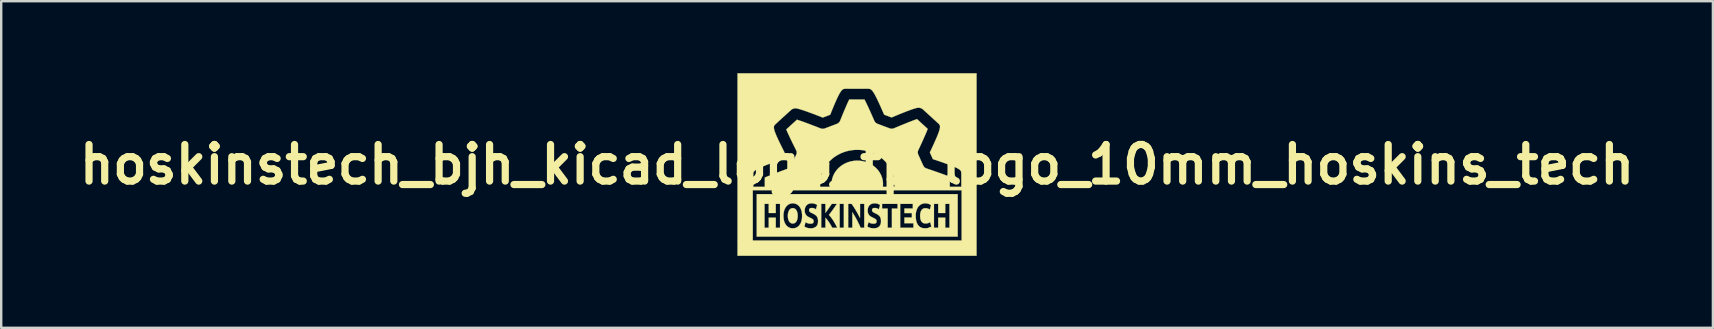
<source format=kicad_pcb>
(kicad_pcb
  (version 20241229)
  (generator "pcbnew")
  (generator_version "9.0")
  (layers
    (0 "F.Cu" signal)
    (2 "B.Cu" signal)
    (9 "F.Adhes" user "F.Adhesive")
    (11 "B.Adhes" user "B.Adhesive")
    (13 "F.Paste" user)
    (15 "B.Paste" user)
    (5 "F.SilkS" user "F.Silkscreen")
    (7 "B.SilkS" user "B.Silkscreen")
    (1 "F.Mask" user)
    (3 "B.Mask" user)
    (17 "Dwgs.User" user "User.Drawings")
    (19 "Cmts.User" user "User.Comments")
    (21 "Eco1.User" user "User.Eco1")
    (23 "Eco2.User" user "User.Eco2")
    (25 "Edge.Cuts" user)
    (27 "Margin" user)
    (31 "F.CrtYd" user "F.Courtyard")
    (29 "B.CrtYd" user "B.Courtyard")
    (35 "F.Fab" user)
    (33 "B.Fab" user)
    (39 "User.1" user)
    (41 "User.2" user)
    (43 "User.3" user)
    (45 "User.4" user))
  (footprint "hoskinstech_bjh_kicad_logo_fp_logo_10mm_hoskins_tech"
    (layer "F.Cu")
    (at 32.664 3.806)
    (property "Reference" "hoskinstech_bjh_kicad_logo_fp_logo_10mm_hoskins_tech" (at 0 0 0) (layer "F.SilkS") (effects (font (size 1.524 1.524) (thickness 0.3))))
    (attr through_hole)
    (fp_poly (pts (xy -2.662 1.818) (xy -2.65 1.819) (xy -2.646 1.819) (xy -2.624 1.825) (xy -2.603 1.834) (xy -2.584 1.845) (xy -2.566 1.859) (xy -2.549 1.875) (xy -2.534 1.895) (xy -2.521 1.916) (xy -2.509 1.94) (xy -2.498 1.967) (xy -2.489 1.996) (xy -2.482 2.027) (xy -2.481 2.037) (xy -2.478 2.051) (xy -2.477 2.064) (xy -2.475 2.076) (xy -2.474 2.09) (xy -2.474 2.104) (xy -2.473 2.121) (xy -2.473 2.158) (xy -2.475 2.194) (xy -2.479 2.228) (xy -2.485 2.26) (xy -2.492 2.291) (xy -2.502 2.319) (xy -2.513 2.345) (xy -2.526 2.369) (xy -2.531 2.377) (xy -2.546 2.397) (xy -2.562 2.413) (xy -2.58 2.428) (xy -2.599 2.44) (xy -2.619 2.449) (xy -2.641 2.455) (xy -2.645 2.456) (xy -2.655 2.457) (xy -2.668 2.458) (xy -2.681 2.458) (xy -2.695 2.458) (xy -2.707 2.457) (xy -2.716 2.455) (xy -2.737 2.449) (xy -2.757 2.44) (xy -2.776 2.429) (xy -2.794 2.414) (xy -2.81 2.397) (xy -2.825 2.378) (xy -2.838 2.356) (xy -2.85 2.332) (xy -2.86 2.306) (xy -2.868 2.277) (xy -2.875 2.246) (xy -2.88 2.214) (xy -2.882 2.192) (xy -2.883 2.181) (xy -2.883 2.168) (xy -2.883 2.153) (xy -2.883 2.137) (xy -2.883 2.121) (xy -2.882 2.106) (xy -2.882 2.091) (xy -2.881 2.078) (xy -2.88 2.067) (xy -2.88 2.062) (xy -2.874 2.03) (xy -2.868 2) (xy -2.86 1.973) (xy -2.85 1.947) (xy -2.839 1.923) (xy -2.839 1.923) (xy -2.826 1.901) (xy -2.811 1.881) (xy -2.795 1.864) (xy -2.778 1.849) (xy -2.759 1.837) (xy -2.739 1.827) (xy -2.723 1.822) (xy -2.713 1.82) (xy -2.701 1.818) (xy -2.688 1.818) (xy -2.674 1.817) (xy -2.662 1.818)) (stroke (width 0.01) (type solid)) (fill yes) (layer "F.SilkS"))
    (fp_poly (pts (xy 4.194 3.003) (xy -4.18 3.003) (xy -4.18 1.64) (xy -3.855 1.64) (xy -3.855 2.637) (xy -3.68 2.637) (xy -3.68 2.215) (xy -3.387 2.215) (xy -3.387 2.637) (xy -3.209 2.637) (xy -3.209 2.137) (xy -3.066 2.137) (xy -3.066 2.177) (xy -3.063 2.217) (xy -3.059 2.256) (xy -3.053 2.293) (xy -3.048 2.32) (xy -3.038 2.356) (xy -3.027 2.392) (xy -3.013 2.426) (xy -2.998 2.458) (xy -2.981 2.488) (xy -2.962 2.515) (xy -2.957 2.521) (xy -2.936 2.547) (xy -2.912 2.57) (xy -2.887 2.591) (xy -2.86 2.609) (xy -2.831 2.624) (xy -2.801 2.637) (xy -2.77 2.647) (xy -2.738 2.654) (xy -2.732 2.654) (xy -2.721 2.656) (xy -2.707 2.657) (xy -2.691 2.657) (xy -2.675 2.658) (xy -2.66 2.657) (xy -2.645 2.657) (xy -2.632 2.656) (xy -2.628 2.655) (xy -2.596 2.649) (xy -2.564 2.641) (xy -2.534 2.629) (xy -2.505 2.615) (xy -2.478 2.599) (xy -2.455 2.581) (xy -2.193 2.581) (xy -2.192 2.583) (xy -2.189 2.585) (xy -2.184 2.589) (xy -2.177 2.593) (xy -2.17 2.598) (xy -2.163 2.602) (xy -2.156 2.606) (xy -2.134 2.617) (xy -2.109 2.627) (xy -2.082 2.637) (xy -2.054 2.644) (xy -2.025 2.65) (xy -2.006 2.654) (xy -1.999 2.655) (xy -1.993 2.655) (xy -1.987 2.656) (xy -1.982 2.656) (xy -1.977 2.657) (xy -1.97 2.657) (xy -1.963 2.657) (xy -1.953 2.657) (xy -1.942 2.657) (xy -1.928 2.657) (xy -1.926 2.657) (xy -1.91 2.657) (xy -1.896 2.656) (xy -1.885 2.656) (xy -1.875 2.655) (xy -1.867 2.655) (xy -1.861 2.654) (xy -1.86 2.654) (xy -1.832 2.648) (xy -1.806 2.642) (xy -1.782 2.633) (xy -1.762 2.624) (xy -1.738 2.611) (xy -1.717 2.595) (xy -1.697 2.577) (xy -1.68 2.557) (xy -1.665 2.535) (xy -1.653 2.51) (xy -1.643 2.484) (xy -1.635 2.455) (xy -1.629 2.425) (xy -1.627 2.408) (xy -1.626 2.389) (xy -1.625 2.369) (xy -1.625 2.348) (xy -1.626 2.327) (xy -1.628 2.307) (xy -1.63 2.289) (xy -1.63 2.288) (xy -1.635 2.258) (xy -1.643 2.231) (xy -1.653 2.206) (xy -1.664 2.183) (xy -1.679 2.161) (xy -1.695 2.141) (xy -1.699 2.138) (xy -1.708 2.129) (xy -1.717 2.12) (xy -1.726 2.112) (xy -1.737 2.104) (xy -1.748 2.095) (xy -1.76 2.087) (xy -1.774 2.079) (xy -1.789 2.07) (xy -1.806 2.061) (xy -1.825 2.051) (xy -1.847 2.04) (xy -1.87 2.029) (xy -1.897 2.016) (xy -1.899 2.015) (xy -1.916 2.007) (xy -1.93 1.999) (xy -1.941 1.992) (xy -1.952 1.985) (xy -1.961 1.977) (xy -1.969 1.969) (xy -1.981 1.957) (xy -1.989 1.944) (xy -1.994 1.931) (xy -1.996 1.925) (xy -1.997 1.918) (xy -1.998 1.909) (xy -1.998 1.899) (xy -1.998 1.889) (xy -1.997 1.88) (xy -1.996 1.874) (xy -1.991 1.859) (xy -1.984 1.847) (xy -1.975 1.836) (xy -1.963 1.827) (xy -1.948 1.82) (xy -1.934 1.815) (xy -1.93 1.814) (xy -1.926 1.813) (xy -1.922 1.813) (xy -1.917 1.812) (xy -1.91 1.812) (xy -1.902 1.812) (xy -1.892 1.812) (xy -1.881 1.812) (xy -1.866 1.812) (xy -1.853 1.812) (xy -1.842 1.813) (xy -1.833 1.814) (xy -1.825 1.815) (xy -1.816 1.817) (xy -1.807 1.819) (xy -1.798 1.823) (xy -1.797 1.823) (xy -1.789 1.826) (xy -1.779 1.83) (xy -1.768 1.835) (xy -1.756 1.841) (xy -1.745 1.847) (xy -1.735 1.852) (xy -1.728 1.856) (xy -1.722 1.86) (xy -1.718 1.862) (xy -1.715 1.864) (xy -1.714 1.864) (xy -1.713 1.863) (xy -1.711 1.859) (xy -1.71 1.856) (xy -1.702 1.83) (xy -1.696 1.806) (xy -1.69 1.786) (xy -1.685 1.767) (xy -1.68 1.751) (xy -1.676 1.738) (xy -1.673 1.726) (xy -1.67 1.716) (xy -1.668 1.708) (xy -1.667 1.702) (xy -1.665 1.696) (xy -1.664 1.692) (xy -1.664 1.689) (xy -1.664 1.687) (xy -1.664 1.686) (xy -1.664 1.685) (xy -1.665 1.685) (xy -1.671 1.681) (xy -1.679 1.676) (xy -1.689 1.67) (xy -1.699 1.664) (xy -1.71 1.659) (xy -1.72 1.654) (xy -1.724 1.652) (xy -1.748 1.642) (xy -1.754 1.64) (xy -1.493 1.64) (xy -1.493 2.637) (xy -1.317 2.637) (xy -1.316 2.218) (xy -1.296 2.241) (xy -1.27 2.27) (xy -1.243 2.302) (xy -1.217 2.337) (xy -1.19 2.374) (xy -1.164 2.412) (xy -1.138 2.452) (xy -1.113 2.493) (xy -1.088 2.535) (xy -1.065 2.577) (xy -1.048 2.61) (xy -1.034 2.637) (xy -0.929 2.637) (xy -0.912 2.637) (xy -0.895 2.637) (xy -0.879 2.637) (xy -0.865 2.637) (xy -0.852 2.637) (xy -0.842 2.637) (xy -0.834 2.637) (xy -0.828 2.637) (xy -0.825 2.636) (xy -0.825 2.636) (xy -0.825 2.635) (xy -0.827 2.631) (xy -0.83 2.624) (xy -0.834 2.616) (xy -0.839 2.607) (xy -0.844 2.596) (xy -0.85 2.585) (xy -0.856 2.573) (xy -0.862 2.562) (xy -0.868 2.55) (xy -0.873 2.54) (xy -0.878 2.53) (xy -0.883 2.522) (xy -0.884 2.52) (xy -0.914 2.465) (xy -0.944 2.413) (xy -0.973 2.364) (xy -1.003 2.317) (xy -1.032 2.273) (xy -1.062 2.232) (xy -1.092 2.193) (xy -1.103 2.179) (xy -1.112 2.167) (xy -1.122 2.156) (xy -1.132 2.144) (xy -1.142 2.132) (xy -1.151 2.122) (xy -1.159 2.113) (xy -1.163 2.108) (xy -1.171 2.1) (xy -1.151 2.075) (xy -1.133 2.052) (xy -1.114 2.026) (xy -1.093 1.999) (xy -1.072 1.97) (xy -1.051 1.941) (xy -1.029 1.912) (xy -1.008 1.883) (xy -0.988 1.854) (xy -0.969 1.827) (xy -0.965 1.822) (xy -0.955 1.808) (xy -0.945 1.794) (xy -0.935 1.779) (xy -0.925 1.764) (xy -0.914 1.749) (xy -0.904 1.734) (xy -0.894 1.719) (xy -0.885 1.705) (xy -0.876 1.692) (xy -0.867 1.68) (xy -0.86 1.669) (xy -0.854 1.659) (xy -0.849 1.652) (xy -0.845 1.646) (xy -0.843 1.642) (xy -0.842 1.641) (xy -0.843 1.641) (xy -0.848 1.641) (xy -0.855 1.64) (xy -0.864 1.64) (xy -0.876 1.64) (xy -0.889 1.64) (xy -0.904 1.64) (xy -0.92 1.64) (xy -0.938 1.64) (xy -0.947 1.64) (xy -0.724 1.64) (xy -0.724 2.637) (xy -0.549 2.637) (xy -0.549 1.64) (xy -0.37 1.64) (xy -0.37 2.637) (xy -0.196 2.637) (xy -0.196 2.313) (xy -0.195 1.989) (xy -0.174 2.022) (xy -0.129 2.094) (xy -0.085 2.168) (xy -0.042 2.244) (xy -0.013 2.296) (xy -0.002 2.318) (xy 0.01 2.342) (xy 0.024 2.368) (xy 0.037 2.396) (xy 0.051 2.424) (xy 0.065 2.453) (xy 0.079 2.481) (xy 0.093 2.51) (xy 0.106 2.537) (xy 0.118 2.563) (xy 0.129 2.588) (xy 0.139 2.61) (xy 0.14 2.611) (xy 0.151 2.637) (xy 0.301 2.637) (xy 0.301 2.581) (xy 0.43 2.581) (xy 0.431 2.583) (xy 0.434 2.585) (xy 0.44 2.589) (xy 0.446 2.593) (xy 0.453 2.598) (xy 0.461 2.602) (xy 0.467 2.606) (xy 0.489 2.617) (xy 0.514 2.627) (xy 0.541 2.637) (xy 0.569 2.644) (xy 0.598 2.65) (xy 0.617 2.654) (xy 0.624 2.655) (xy 0.63 2.655) (xy 0.636 2.656) (xy 0.641 2.656) (xy 0.647 2.657) (xy 0.653 2.657) (xy 0.661 2.657) (xy 0.67 2.657) (xy 0.681 2.657) (xy 0.695 2.657) (xy 0.697 2.657) (xy 0.713 2.657) (xy 0.727 2.656) (xy 0.739 2.656) (xy 0.748 2.655) (xy 0.756 2.655) (xy 0.762 2.654) (xy 0.764 2.654) (xy 0.791 2.648) (xy 0.817 2.642) (xy 0.842 2.633) (xy 0.862 2.624) (xy 0.885 2.611) (xy 0.907 2.595) (xy 0.926 2.577) (xy 0.943 2.557) (xy 0.958 2.535) (xy 0.97 2.51) (xy 0.981 2.484) (xy 0.989 2.455) (xy 0.994 2.425) (xy 0.996 2.408) (xy 0.997 2.389) (xy 0.998 2.369) (xy 0.998 2.348) (xy 0.997 2.327) (xy 0.995 2.307) (xy 0.993 2.289) (xy 0.993 2.288) (xy 0.988 2.258) (xy 0.98 2.231) (xy 0.971 2.206) (xy 0.959 2.183) (xy 0.945 2.161) (xy 0.928 2.141) (xy 0.925 2.138) (xy 0.916 2.129) (xy 0.906 2.12) (xy 0.897 2.112) (xy 0.886 2.104) (xy 0.875 2.095) (xy 0.863 2.087) (xy 0.849 2.079) (xy 0.834 2.07) (xy 0.817 2.061) (xy 0.798 2.051) (xy 0.777 2.04) (xy 0.753 2.029) (xy 0.726 2.016) (xy 0.724 2.015) (xy 0.707 2.007) (xy 0.694 1.999) (xy 0.682 1.992) (xy 0.671 1.985) (xy 0.662 1.977) (xy 0.654 1.969) (xy 0.643 1.957) (xy 0.634 1.944) (xy 0.629 1.931) (xy 0.627 1.925) (xy 0.626 1.918) (xy 0.625 1.909) (xy 0.625 1.899) (xy 0.625 1.889) (xy 0.626 1.88) (xy 0.627 1.874) (xy 0.632 1.859) (xy 0.639 1.847) (xy 0.648 1.836) (xy 0.66 1.827) (xy 0.675 1.82) (xy 0.689 1.815) (xy 0.693 1.814) (xy 0.697 1.813) (xy 0.701 1.813) (xy 0.706 1.812) (xy 0.713 1.812) (xy 0.721 1.812) (xy 0.731 1.812) (xy 0.742 1.812) (xy 0.757 1.812) (xy 0.77 1.812) (xy 0.781 1.813) (xy 0.79 1.814) (xy 0.798 1.815) (xy 0.807 1.817) (xy 0.816 1.819) (xy 0.826 1.823) (xy 0.826 1.823) (xy 0.834 1.826) (xy 0.844 1.83) (xy 0.855 1.835) (xy 0.867 1.841) (xy 0.878 1.847) (xy 0.888 1.852) (xy 0.895 1.856) (xy 0.901 1.86) (xy 0.905 1.862) (xy 0.909 1.864) (xy 0.909 1.864) (xy 0.911 1.863) (xy 0.912 1.859) (xy 0.913 1.856) (xy 0.921 1.83) (xy 0.927 1.806) (xy 0.933 1.786) (xy 0.939 1.767) (xy 0.943 1.751) (xy 0.947 1.738) (xy 0.95 1.726) (xy 0.953 1.716) (xy 0.955 1.708) (xy 0.957 1.702) (xy 0.958 1.696) (xy 0.959 1.692) (xy 0.959 1.689) (xy 0.959 1.687) (xy 0.959 1.686) (xy 0.959 1.685) (xy 0.959 1.685) (xy 0.953 1.681) (xy 0.944 1.676) (xy 0.935 1.67) (xy 0.924 1.664) (xy 0.913 1.659) (xy 0.903 1.654) (xy 0.899 1.652) (xy 0.876 1.642) (xy 0.869 1.64) (xy 1.043 1.64) (xy 1.043 1.833) (xy 1.276 1.833) (xy 1.276 2.637) (xy 1.453 2.637) (xy 1.453 1.833) (xy 1.689 1.833) (xy 1.689 1.64) (xy 1.798 1.64) (xy 1.798 2.637) (xy 2.35 2.637) (xy 2.35 2.449) (xy 1.974 2.449) (xy 1.974 2.209) (xy 2.286 2.209) (xy 2.286 2.121) (xy 2.445 2.121) (xy 2.445 2.168) (xy 2.448 2.217) (xy 2.448 2.219) (xy 2.452 2.264) (xy 2.459 2.307) (xy 2.467 2.348) (xy 2.478 2.387) (xy 2.49 2.423) (xy 2.505 2.457) (xy 2.521 2.488) (xy 2.54 2.517) (xy 2.545 2.524) (xy 2.565 2.549) (xy 2.587 2.572) (xy 2.611 2.591) (xy 2.637 2.609) (xy 2.664 2.623) (xy 2.693 2.635) (xy 2.724 2.645) (xy 2.756 2.652) (xy 2.761 2.653) (xy 2.769 2.654) (xy 2.775 2.655) (xy 2.781 2.656) (xy 2.786 2.656) (xy 2.792 2.657) (xy 2.799 2.657) (xy 2.807 2.657) (xy 2.816 2.657) (xy 2.828 2.657) (xy 2.842 2.657) (xy 2.844 2.657) (xy 2.859 2.657) (xy 2.872 2.656) (xy 2.882 2.656) (xy 2.89 2.656) (xy 2.898 2.655) (xy 2.905 2.654) (xy 2.912 2.654) (xy 2.916 2.653) (xy 2.953 2.646) (xy 2.988 2.636) (xy 3.023 2.623) (xy 3.055 2.609) (xy 3.063 2.604) (xy 3.071 2.6) (xy 3.078 2.595) (xy 3.085 2.591) (xy 3.09 2.587) (xy 3.093 2.585) (xy 3.094 2.584) (xy 3.094 2.582) (xy 3.093 2.578) (xy 3.091 2.571) (xy 3.089 2.562) (xy 3.087 2.551) (xy 3.084 2.539) (xy 3.08 2.526) (xy 3.077 2.513) (xy 3.073 2.498) (xy 3.069 2.484) (xy 3.065 2.47) (xy 3.062 2.456) (xy 3.058 2.443) (xy 3.055 2.432) (xy 3.052 2.421) (xy 3.05 2.413) (xy 3.048 2.407) (xy 3.046 2.403) (xy 3.046 2.402) (xy 3.044 2.403) (xy 3.04 2.405) (xy 3.035 2.408) (xy 3.028 2.411) (xy 3.028 2.412) (xy 3.003 2.425) (xy 2.978 2.436) (xy 2.952 2.444) (xy 2.924 2.451) (xy 2.899 2.455) (xy 2.889 2.456) (xy 2.876 2.456) (xy 2.863 2.457) (xy 2.849 2.457) (xy 2.836 2.457) (xy 2.824 2.456) (xy 2.814 2.455) (xy 2.81 2.454) (xy 2.786 2.449) (xy 2.764 2.441) (xy 2.743 2.43) (xy 2.724 2.416) (xy 2.706 2.4) (xy 2.691 2.382) (xy 2.676 2.361) (xy 2.664 2.337) (xy 2.654 2.312) (xy 2.645 2.284) (xy 2.64 2.263) (xy 2.634 2.222) (xy 2.63 2.18) (xy 2.628 2.137) (xy 2.63 2.094) (xy 2.632 2.065) (xy 2.636 2.034) (xy 2.642 2.004) (xy 2.651 1.976) (xy 2.66 1.95) (xy 2.672 1.925) (xy 2.685 1.903) (xy 2.7 1.883) (xy 2.707 1.875) (xy 2.725 1.859) (xy 2.744 1.846) (xy 2.764 1.835) (xy 2.787 1.826) (xy 2.809 1.821) (xy 2.817 1.82) (xy 2.827 1.819) (xy 2.84 1.819) (xy 2.853 1.819) (xy 2.866 1.819) (xy 2.879 1.82) (xy 2.89 1.821) (xy 2.899 1.823) (xy 2.9 1.823) (xy 2.929 1.829) (xy 2.958 1.839) (xy 2.987 1.851) (xy 3.014 1.866) (xy 3.018 1.868) (xy 3.024 1.872) (xy 3.029 1.874) (xy 3.032 1.876) (xy 3.033 1.876) (xy 3.034 1.875) (xy 3.035 1.87) (xy 3.037 1.864) (xy 3.04 1.855) (xy 3.043 1.844) (xy 3.046 1.832) (xy 3.05 1.819) (xy 3.053 1.805) (xy 3.057 1.791) (xy 3.061 1.776) (xy 3.065 1.762) (xy 3.069 1.748) (xy 3.072 1.736) (xy 3.076 1.724) (xy 3.078 1.713) (xy 3.08 1.705) (xy 3.082 1.698) (xy 3.083 1.694) (xy 3.083 1.693) (xy 3.081 1.692) (xy 3.078 1.689) (xy 3.072 1.685) (xy 3.066 1.681) (xy 3.059 1.676) (xy 3.052 1.672) (xy 3.046 1.668) (xy 3.045 1.668) (xy 3.029 1.659) (xy 3.01 1.651) (xy 2.99 1.643) (xy 2.98 1.64) (xy 3.206 1.64) (xy 3.206 2.637) (xy 3.382 2.637) (xy 3.382 2.215) (xy 3.675 2.215) (xy 3.675 2.637) (xy 3.852 2.637) (xy 3.852 1.64) (xy 3.675 1.64) (xy 3.675 2.021) (xy 3.382 2.021) (xy 3.382 1.64) (xy 3.206 1.64) (xy 2.98 1.64) (xy 2.968 1.636) (xy 2.946 1.63) (xy 2.925 1.625) (xy 2.904 1.621) (xy 2.898 1.621) (xy 2.885 1.619) (xy 2.871 1.619) (xy 2.855 1.618) (xy 2.839 1.618) (xy 2.823 1.618) (xy 2.808 1.619) (xy 2.796 1.62) (xy 2.793 1.62) (xy 2.76 1.626) (xy 2.727 1.635) (xy 2.697 1.646) (xy 2.668 1.66) (xy 2.64 1.677) (xy 2.614 1.696) (xy 2.59 1.718) (xy 2.567 1.743) (xy 2.546 1.77) (xy 2.527 1.799) (xy 2.509 1.831) (xy 2.494 1.866) (xy 2.48 1.903) (xy 2.478 1.91) (xy 2.467 1.948) (xy 2.458 1.988) (xy 2.451 2.031) (xy 2.447 2.075) (xy 2.445 2.121) (xy 2.286 2.121) (xy 2.286 2.024) (xy 1.974 2.024) (xy 1.974 1.83) (xy 2.325 1.83) (xy 2.325 1.64) (xy 1.798 1.64) (xy 1.689 1.64) (xy 1.043 1.64) (xy 0.869 1.64) (xy 0.853 1.634) (xy 0.831 1.628) (xy 0.809 1.624) (xy 0.786 1.62) (xy 0.761 1.619) (xy 0.734 1.618) (xy 0.733 1.618) (xy 0.716 1.618) (xy 0.701 1.619) (xy 0.688 1.62) (xy 0.681 1.62) (xy 0.651 1.626) (xy 0.623 1.634) (xy 0.597 1.644) (xy 0.572 1.657) (xy 0.549 1.672) (xy 0.529 1.69) (xy 0.51 1.71) (xy 0.493 1.732) (xy 0.479 1.757) (xy 0.467 1.783) (xy 0.461 1.799) (xy 0.455 1.819) (xy 0.45 1.839) (xy 0.447 1.859) (xy 0.445 1.88) (xy 0.444 1.903) (xy 0.444 1.916) (xy 0.444 1.941) (xy 0.446 1.963) (xy 0.448 1.984) (xy 0.452 2.003) (xy 0.457 2.021) (xy 0.464 2.039) (xy 0.471 2.055) (xy 0.485 2.081) (xy 0.502 2.105) (xy 0.52 2.126) (xy 0.541 2.146) (xy 0.565 2.163) (xy 0.565 2.163) (xy 0.579 2.172) (xy 0.596 2.182) (xy 0.615 2.192) (xy 0.636 2.203) (xy 0.658 2.213) (xy 0.668 2.218) (xy 0.693 2.229) (xy 0.715 2.241) (xy 0.734 2.251) (xy 0.751 2.261) (xy 0.766 2.271) (xy 0.778 2.281) (xy 0.788 2.291) (xy 0.796 2.301) (xy 0.802 2.311) (xy 0.804 2.314) (xy 0.809 2.325) (xy 0.813 2.337) (xy 0.815 2.348) (xy 0.815 2.361) (xy 0.815 2.371) (xy 0.813 2.387) (xy 0.811 2.401) (xy 0.806 2.414) (xy 0.8 2.424) (xy 0.792 2.434) (xy 0.789 2.437) (xy 0.781 2.443) (xy 0.77 2.449) (xy 0.758 2.455) (xy 0.745 2.459) (xy 0.742 2.46) (xy 0.738 2.461) (xy 0.735 2.462) (xy 0.731 2.463) (xy 0.726 2.463) (xy 0.72 2.464) (xy 0.712 2.464) (xy 0.702 2.464) (xy 0.69 2.464) (xy 0.685 2.464) (xy 0.667 2.464) (xy 0.652 2.463) (xy 0.639 2.463) (xy 0.627 2.461) (xy 0.616 2.46) (xy 0.605 2.458) (xy 0.594 2.455) (xy 0.587 2.453) (xy 0.57 2.447) (xy 0.552 2.44) (xy 0.533 2.432) (xy 0.515 2.423) (xy 0.499 2.414) (xy 0.493 2.411) (xy 0.488 2.407) (xy 0.483 2.404) (xy 0.48 2.403) (xy 0.479 2.402) (xy 0.479 2.404) (xy 0.477 2.408) (xy 0.475 2.415) (xy 0.473 2.424) (xy 0.47 2.434) (xy 0.467 2.446) (xy 0.463 2.459) (xy 0.459 2.472) (xy 0.456 2.487) (xy 0.452 2.501) (xy 0.448 2.515) (xy 0.444 2.528) (xy 0.441 2.541) (xy 0.437 2.553) (xy 0.435 2.563) (xy 0.432 2.571) (xy 0.431 2.577) (xy 0.43 2.58) (xy 0.43 2.581) (xy 0.301 2.581) (xy 0.301 1.64) (xy 0.125 1.64) (xy 0.125 2.225) (xy 0.109 2.196) (xy 0.081 2.143) (xy 0.053 2.091) (xy 0.026 2.041) (xy -0.001 1.993) (xy -0.028 1.947) (xy -0.054 1.902) (xy -0.079 1.86) (xy -0.104 1.82) (xy -0.128 1.782) (xy -0.151 1.747) (xy -0.173 1.714) (xy -0.194 1.684) (xy -0.21 1.662) (xy -0.227 1.64) (xy -0.298 1.64) (xy -0.37 1.64) (xy -0.549 1.64) (xy -0.724 1.64) (xy -0.947 1.64) (xy -1.051 1.64) (xy -1.083 1.685) (xy -1.09 1.696) (xy -1.099 1.708) (xy -1.109 1.723) (xy -1.12 1.738) (xy -1.131 1.754) (xy -1.142 1.77) (xy -1.153 1.786) (xy -1.163 1.8) (xy -1.191 1.841) (xy -1.219 1.88) (xy -1.244 1.916) (xy -1.269 1.95) (xy -1.291 1.981) (xy -1.294 1.986) (xy -1.316 2.016) (xy -1.317 1.828) (xy -1.317 1.64) (xy -1.493 1.64) (xy -1.754 1.64) (xy -1.77 1.634) (xy -1.792 1.628) (xy -1.814 1.624) (xy -1.837 1.62) (xy -1.862 1.619) (xy -1.889 1.618) (xy -1.89 1.618) (xy -1.907 1.618) (xy -1.922 1.619) (xy -1.935 1.62) (xy -1.942 1.62) (xy -1.972 1.626) (xy -2 1.634) (xy -2.026 1.644) (xy -2.051 1.657) (xy -2.074 1.672) (xy -2.095 1.69) (xy -2.113 1.71) (xy -2.13 1.732) (xy -2.144 1.757) (xy -2.156 1.783) (xy -2.162 1.799) (xy -2.168 1.819) (xy -2.173 1.839) (xy -2.176 1.859) (xy -2.178 1.88) (xy -2.179 1.903) (xy -2.179 1.916) (xy -2.179 1.941) (xy -2.177 1.963) (xy -2.175 1.984) (xy -2.171 2.003) (xy -2.166 2.021) (xy -2.159 2.039) (xy -2.152 2.055) (xy -2.138 2.081) (xy -2.122 2.105) (xy -2.103 2.126) (xy -2.082 2.146) (xy -2.058 2.163) (xy -2.058 2.163) (xy -2.044 2.172) (xy -2.027 2.182) (xy -2.008 2.192) (xy -1.988 2.203) (xy -1.965 2.213) (xy -1.955 2.218) (xy -1.93 2.229) (xy -1.908 2.241) (xy -1.889 2.251) (xy -1.872 2.261) (xy -1.857 2.271) (xy -1.845 2.281) (xy -1.835 2.291) (xy -1.827 2.301) (xy -1.821 2.311) (xy -1.819 2.314) (xy -1.814 2.325) (xy -1.811 2.337) (xy -1.809 2.348) (xy -1.808 2.361) (xy -1.808 2.371) (xy -1.81 2.387) (xy -1.813 2.401) (xy -1.817 2.414) (xy -1.823 2.424) (xy -1.831 2.434) (xy -1.834 2.437) (xy -1.843 2.443) (xy -1.853 2.449) (xy -1.865 2.455) (xy -1.878 2.459) (xy -1.881 2.46) (xy -1.885 2.461) (xy -1.888 2.462) (xy -1.892 2.463) (xy -1.897 2.463) (xy -1.903 2.464) (xy -1.911 2.464) (xy -1.921 2.464) (xy -1.933 2.464) (xy -1.938 2.464) (xy -1.956 2.464) (xy -1.971 2.463) (xy -1.984 2.463) (xy -1.996 2.461) (xy -2.007 2.46) (xy -2.018 2.458) (xy -2.029 2.455) (xy -2.036 2.453) (xy -2.053 2.447) (xy -2.071 2.44) (xy -2.09 2.432) (xy -2.108 2.423) (xy -2.124 2.414) (xy -2.13 2.411) (xy -2.136 2.407) (xy -2.14 2.404) (xy -2.143 2.403) (xy -2.144 2.402) (xy -2.145 2.404) (xy -2.146 2.408) (xy -2.148 2.415) (xy -2.15 2.424) (xy -2.153 2.434) (xy -2.156 2.446) (xy -2.16 2.459) (xy -2.164 2.472) (xy -2.168 2.487) (xy -2.171 2.501) (xy -2.175 2.515) (xy -2.179 2.528) (xy -2.183 2.541) (xy -2.186 2.553) (xy -2.188 2.563) (xy -2.191 2.571) (xy -2.192 2.577) (xy -2.193 2.58) (xy -2.193 2.581) (xy -2.455 2.581) (xy -2.452 2.579) (xy -2.429 2.558) (xy -2.412 2.539) (xy -2.391 2.512) (xy -2.371 2.483) (xy -2.354 2.451) (xy -2.338 2.417) (xy -2.325 2.38) (xy -2.314 2.342) (xy -2.305 2.303) (xy -2.298 2.261) (xy -2.296 2.248) (xy -2.294 2.231) (xy -2.293 2.214) (xy -2.292 2.196) (xy -2.291 2.177) (xy -2.291 2.157) (xy -2.291 2.135) (xy -2.291 2.121) (xy -2.292 2.085) (xy -2.294 2.05) (xy -2.298 2.018) (xy -2.302 1.987) (xy -2.308 1.958) (xy -2.316 1.929) (xy -2.324 1.901) (xy -2.332 1.88) (xy -2.346 1.845) (xy -2.363 1.811) (xy -2.381 1.781) (xy -2.401 1.753) (xy -2.423 1.727) (xy -2.447 1.704) (xy -2.472 1.684) (xy -2.499 1.666) (xy -2.524 1.653) (xy -2.55 1.641) (xy -2.577 1.632) (xy -2.604 1.625) (xy -2.632 1.62) (xy -2.661 1.618) (xy -2.678 1.618) (xy -2.696 1.618) (xy -2.711 1.619) (xy -2.726 1.62) (xy -2.74 1.623) (xy -2.754 1.626) (xy -2.769 1.629) (xy -2.799 1.639) (xy -2.828 1.651) (xy -2.856 1.667) (xy -2.883 1.685) (xy -2.908 1.705) (xy -2.932 1.729) (xy -2.954 1.755) (xy -2.974 1.783) (xy -2.978 1.789) (xy -2.992 1.813) (xy -3.005 1.839) (xy -3.018 1.866) (xy -3.029 1.895) (xy -3.038 1.925) (xy -3.045 1.948) (xy -3.053 1.983) (xy -3.058 2.019) (xy -3.063 2.058) (xy -3.065 2.097) (xy -3.066 2.137) (xy -3.209 2.137) (xy -3.209 1.64) (xy -3.387 1.64) (xy -3.387 2.021) (xy -3.68 2.021) (xy -3.68 1.64) (xy -3.855 1.64) (xy -4.18 1.64) (xy -4.18 1.234) (xy 4.194 1.234) (xy 4.194 3.003)) (stroke (width 0.01) (type solid)) (fill yes) (layer "F.SilkS"))
    (fp_poly (pts (xy 4.98 3.801) (xy -4.98 3.801) (xy -4.98 1.069) (xy -4.345 1.069) (xy -4.345 3.167) (xy 4.359 3.167) (xy 4.359 1.069) (xy -4.345 1.069) (xy -4.98 1.069) (xy -4.98 0.927) (xy -4.326 0.927) (xy -3.843 0.927) (xy -3.843 0.827) (xy -1.543 0.827) (xy -1.541 0.892) (xy -1.54 0.911) (xy -1.539 0.927) (xy -1.054 0.927) (xy -1.054 0.923) (xy -1.055 0.918) (xy -1.056 0.911) (xy -1.057 0.901) (xy -1.058 0.889) (xy -1.059 0.877) (xy -1.06 0.864) (xy -1.06 0.851) (xy -1.061 0.838) (xy -1.061 0.833) (xy -1.061 0.78) (xy -1.057 0.729) (xy -1.051 0.677) (xy -1.042 0.626) (xy -1.029 0.576) (xy -1.015 0.531) (xy -0.997 0.481) (xy -0.976 0.432) (xy -0.952 0.385) (xy -0.925 0.339) (xy -0.896 0.294) (xy -0.864 0.251) (xy -0.83 0.209) (xy -0.794 0.17) (xy -0.755 0.132) (xy -0.714 0.096) (xy -0.671 0.062) (xy -0.626 0.03) (xy -0.579 -0.000135) (xy -0.531 -0.028) (xy -0.48 -0.053) (xy -0.428 -0.076) (xy -0.402 -0.086) (xy -0.346 -0.106) (xy -0.289 -0.123) (xy -0.231 -0.136) (xy -0.173 -0.147) (xy -0.114 -0.155) (xy -0.054 -0.16) (xy 0.006 -0.161) (xy 0.032 -0.161) (xy 0.059 -0.16) (xy 0.083 -0.159) (xy 0.106 -0.158) (xy 0.129 -0.156) (xy 0.152 -0.153) (xy 0.175 -0.15) (xy 0.188 -0.148) (xy 0.245 -0.138) (xy 0.302 -0.125) (xy 0.357 -0.109) (xy 0.411 -0.091) (xy 0.464 -0.069) (xy 0.516 -0.046) (xy 0.567 -0.02) (xy 0.615 0.009) (xy 0.662 0.04) (xy 0.707 0.073) (xy 0.75 0.109) (xy 0.791 0.146) (xy 0.827 0.183) (xy 0.862 0.222) (xy 0.894 0.262) (xy 0.923 0.303) (xy 0.95 0.345) (xy 0.974 0.389) (xy 0.989 0.416) (xy 1.009 0.461) (xy 1.027 0.506) (xy 1.043 0.552) (xy 1.055 0.598) (xy 1.066 0.646) (xy 1.074 0.695) (xy 1.078 0.731) (xy 1.079 0.743) (xy 1.08 0.758) (xy 1.081 0.774) (xy 1.081 0.792) (xy 1.081 0.811) (xy 1.081 0.83) (xy 1.081 0.849) (xy 1.08 0.866) (xy 1.079 0.882) (xy 1.078 0.895) (xy 1.078 0.9) (xy 1.075 0.927) (xy 1.317 0.927) (xy 1.349 0.927) (xy 1.378 0.927) (xy 1.404 0.927) (xy 1.428 0.927) (xy 1.449 0.927) (xy 1.468 0.927) (xy 1.484 0.926) (xy 1.499 0.926) (xy 1.511 0.926) (xy 1.522 0.926) (xy 1.531 0.926) (xy 1.538 0.926) (xy 1.544 0.926) (xy 1.549 0.926) (xy 1.552 0.925) (xy 1.555 0.925) (xy 1.557 0.925) (xy 1.558 0.925) (xy 1.559 0.924) (xy 1.559 0.924) (xy 1.559 0.924) (xy 1.56 0.92) (xy 1.56 0.913) (xy 1.561 0.904) (xy 1.562 0.892) (xy 1.562 0.879) (xy 1.562 0.864) (xy 1.563 0.848) (xy 1.563 0.832) (xy 1.563 0.815) (xy 1.563 0.798) (xy 1.563 0.792) (xy 1.562 0.771) (xy 1.562 0.752) (xy 1.561 0.735) (xy 1.561 0.719) (xy 1.56 0.704) (xy 1.558 0.689) (xy 1.557 0.673) (xy 1.555 0.657) (xy 1.554 0.648) (xy 1.544 0.585) (xy 1.532 0.523) (xy 1.516 0.461) (xy 1.498 0.4) (xy 1.476 0.34) (xy 1.452 0.281) (xy 1.424 0.222) (xy 1.394 0.165) (xy 1.361 0.11) (xy 1.326 0.055) (xy 1.292 0.008) (xy 1.27 -0.021) (xy 1.248 -0.048) (xy 1.227 -0.073) (xy 1.205 -0.098) (xy 1.181 -0.123) (xy 1.156 -0.149) (xy 1.156 -0.149) (xy 1.128 -0.176) (xy 1.102 -0.2) (xy 1.076 -0.224) (xy 1.049 -0.246) (xy 1.022 -0.268) (xy 0.993 -0.291) (xy 0.936 -0.331) (xy 0.878 -0.369) (xy 0.818 -0.404) (xy 0.757 -0.437) (xy 0.694 -0.467) (xy 0.63 -0.494) (xy 0.564 -0.519) (xy 0.498 -0.54) (xy 0.43 -0.559) (xy 0.362 -0.576) (xy 0.293 -0.589) (xy 0.223 -0.599) (xy 0.182 -0.604) (xy 0.166 -0.605) (xy 0.152 -0.606) (xy 0.14 -0.607) (xy 0.128 -0.608) (xy 0.117 -0.609) (xy 0.106 -0.61) (xy 0.094 -0.61) (xy 0.08 -0.61) (xy 0.065 -0.611) (xy 0.048 -0.611) (xy 0.032 -0.611) (xy 0.002 -0.611) (xy -0.026 -0.611) (xy -0.052 -0.611) (xy -0.076 -0.61) (xy -0.1 -0.609) (xy -0.123 -0.607) (xy -0.146 -0.605) (xy -0.171 -0.603) (xy -0.196 -0.6) (xy -0.267 -0.589) (xy -0.338 -0.576) (xy -0.407 -0.56) (xy -0.475 -0.541) (xy -0.543 -0.519) (xy -0.609 -0.494) (xy -0.674 -0.467) (xy -0.737 -0.436) (xy -0.799 -0.403) (xy -0.86 -0.367) (xy -0.919 -0.329) (xy -0.955 -0.304) (xy -1.002 -0.268) (xy -1.048 -0.23) (xy -1.092 -0.19) (xy -1.136 -0.148) (xy -1.138 -0.147) (xy -1.184 -0.098) (xy -1.227 -0.048) (xy -1.268 0.003) (xy -1.306 0.056) (xy -1.342 0.111) (xy -1.375 0.167) (xy -1.405 0.224) (xy -1.432 0.283) (xy -1.457 0.342) (xy -1.476 0.395) (xy -1.494 0.456) (xy -1.51 0.516) (xy -1.523 0.577) (xy -1.532 0.639) (xy -1.539 0.701) (xy -1.543 0.763) (xy -1.543 0.827) (xy -3.843 0.827) (xy -3.843 0.543) (xy -3.821 0.533) (xy -3.798 0.523) (xy -3.772 0.512) (xy -3.744 0.5) (xy -3.713 0.488) (xy -3.68 0.474) (xy -3.645 0.46) (xy -3.608 0.446) (xy -3.569 0.43) (xy -3.529 0.414) (xy -3.486 0.398) (xy -3.443 0.381) (xy -3.398 0.364) (xy -3.353 0.346) (xy -3.306 0.329) (xy -3.259 0.311) (xy -3.211 0.293) (xy -3.163 0.275) (xy -3.115 0.257) (xy -3.067 0.239) (xy -3.018 0.222) (xy -2.971 0.204) (xy -2.946 0.195) (xy -2.926 0.188) (xy -2.907 0.181) (xy -2.891 0.175) (xy -2.876 0.169) (xy -2.864 0.164) (xy -2.854 0.16) (xy -2.847 0.157) (xy -2.846 0.157) (xy -2.824 0.144) (xy -2.803 0.129) (xy -2.784 0.112) (xy -2.768 0.093) (xy -2.753 0.072) (xy -2.746 0.059) (xy -2.744 0.055) (xy -2.741 0.048) (xy -2.736 0.039) (xy -2.731 0.027) (xy -2.725 0.014) (xy -2.718 -0.001) (xy -2.71 -0.018) (xy -2.702 -0.036) (xy -2.693 -0.056) (xy -2.684 -0.077) (xy -2.674 -0.098) (xy -2.664 -0.12) (xy -2.654 -0.143) (xy -2.643 -0.166) (xy -2.633 -0.19) (xy -2.622 -0.213) (xy -2.612 -0.236) (xy -2.601 -0.259) (xy -2.592 -0.281) (xy -2.582 -0.302) (xy -2.573 -0.323) (xy -2.564 -0.342) (xy -2.556 -0.36) (xy -2.549 -0.376) (xy -2.542 -0.391) (xy -2.537 -0.404) (xy -2.532 -0.415) (xy -2.528 -0.423) (xy -2.525 -0.43) (xy -2.524 -0.433) (xy -2.524 -0.434) (xy -2.52 -0.446) (xy -2.518 -0.456) (xy -2.516 -0.466) (xy -2.515 -0.477) (xy -2.514 -0.489) (xy -2.514 -0.5) (xy -2.514 -0.514) (xy -2.515 -0.526) (xy -2.516 -0.537) (xy -2.518 -0.547) (xy -2.521 -0.558) (xy -2.524 -0.566) (xy -2.525 -0.569) (xy -2.528 -0.575) (xy -2.531 -0.583) (xy -2.536 -0.593) (xy -2.542 -0.605) (xy -2.549 -0.619) (xy -2.556 -0.634) (xy -2.564 -0.651) (xy -2.573 -0.668) (xy -2.582 -0.687) (xy -2.592 -0.706) (xy -2.622 -0.766) (xy -2.651 -0.825) (xy -2.68 -0.882) (xy -2.707 -0.939) (xy -2.734 -0.993) (xy -2.759 -1.046) (xy -2.784 -1.097) (xy -2.807 -1.146) (xy -2.829 -1.194) (xy -2.85 -1.239) (xy -2.87 -1.282) (xy -2.888 -1.322) (xy -2.905 -1.36) (xy -2.921 -1.396) (xy -2.934 -1.428) (xy -2.939 -1.439) (xy -2.943 -1.448) (xy -2.945 -1.455) (xy -2.947 -1.459) (xy -2.948 -1.462) (xy -2.947 -1.464) (xy -2.947 -1.464) (xy -2.946 -1.465) (xy -2.942 -1.468) (xy -2.937 -1.473) (xy -2.929 -1.48) (xy -2.92 -1.489) (xy -2.908 -1.499) (xy -2.896 -1.511) (xy -2.881 -1.524) (xy -2.866 -1.538) (xy -2.848 -1.554) (xy -2.83 -1.57) (xy -2.811 -1.588) (xy -2.791 -1.606) (xy -2.77 -1.626) (xy -2.748 -1.645) (xy -2.728 -1.664) (xy -2.706 -1.684) (xy -2.684 -1.704) (xy -2.663 -1.723) (xy -2.643 -1.741) (xy -2.624 -1.759) (xy -2.605 -1.775) (xy -2.588 -1.791) (xy -2.573 -1.805) (xy -2.558 -1.818) (xy -2.546 -1.83) (xy -2.534 -1.84) (xy -2.525 -1.849) (xy -2.517 -1.856) (xy -2.512 -1.861) (xy -2.508 -1.864) (xy -2.507 -1.865) (xy -2.503 -1.869) (xy -2.438 -1.847) (xy -2.403 -1.835) (xy -2.365 -1.822) (xy -2.324 -1.808) (xy -2.281 -1.793) (xy -2.236 -1.777) (xy -2.189 -1.76) (xy -2.141 -1.742) (xy -2.09 -1.723) (xy -2.038 -1.704) (xy -1.985 -1.684) (xy -1.93 -1.663) (xy -1.875 -1.642) (xy -1.819 -1.621) (xy -1.762 -1.599) (xy -1.705 -1.577) (xy -1.648 -1.554) (xy -1.636 -1.55) (xy -1.621 -1.544) (xy -1.605 -1.538) (xy -1.59 -1.532) (xy -1.576 -1.526) (xy -1.563 -1.521) (xy -1.552 -1.517) (xy -1.542 -1.513) (xy -1.537 -1.511) (xy -1.527 -1.507) (xy -1.516 -1.503) (xy -1.506 -1.5) (xy -1.497 -1.497) (xy -1.492 -1.496) (xy -1.465 -1.491) (xy -1.437 -1.488) (xy -1.409 -1.489) (xy -1.381 -1.493) (xy -1.361 -1.497) (xy -1.358 -1.498) (xy -1.352 -1.5) (xy -1.344 -1.504) (xy -1.333 -1.507) (xy -1.32 -1.512) (xy -1.305 -1.518) (xy -1.289 -1.524) (xy -1.27 -1.531) (xy -1.25 -1.538) (xy -1.229 -1.546) (xy -1.207 -1.555) (xy -1.184 -1.564) (xy -1.16 -1.573) (xy -1.135 -1.582) (xy -1.111 -1.591) (xy -1.086 -1.601) (xy -1.061 -1.61) (xy -1.036 -1.62) (xy -1.012 -1.629) (xy -0.988 -1.638) (xy -0.965 -1.647) (xy -0.943 -1.655) (xy -0.922 -1.663) (xy -0.903 -1.671) (xy -0.884 -1.678) (xy -0.868 -1.684) (xy -0.853 -1.69) (xy -0.841 -1.695) (xy -0.83 -1.699) (xy -0.823 -1.702) (xy -0.817 -1.704) (xy -0.815 -1.705) (xy -0.793 -1.718) (xy -0.772 -1.733) (xy -0.754 -1.75) (xy -0.737 -1.768) (xy -0.723 -1.788) (xy -0.715 -1.801) (xy -0.713 -1.806) (xy -0.71 -1.813) (xy -0.706 -1.822) (xy -0.701 -1.834) (xy -0.696 -1.846) (xy -0.69 -1.86) (xy -0.684 -1.874) (xy -0.68 -1.884) (xy -0.662 -1.93) (xy -0.643 -1.976) (xy -0.624 -2.023) (xy -0.605 -2.07) (xy -0.586 -2.117) (xy -0.566 -2.163) (xy -0.547 -2.21) (xy -0.528 -2.255) (xy -0.508 -2.3) (xy -0.49 -2.344) (xy -0.471 -2.386) (xy -0.454 -2.428) (xy -0.436 -2.467) (xy -0.42 -2.505) (xy -0.404 -2.54) (xy -0.389 -2.573) (xy -0.375 -2.604) (xy -0.361 -2.632) (xy -0.359 -2.637) (xy -0.354 -2.648) (xy -0.349 -2.659) (xy -0.344 -2.67) (xy -0.339 -2.68) (xy -0.335 -2.687) (xy -0.334 -2.689) (xy -0.326 -2.708) (xy 0.31 -2.708) (xy 0.317 -2.696) (xy 0.319 -2.691) (xy 0.323 -2.684) (xy 0.328 -2.674) (xy 0.334 -2.662) (xy 0.341 -2.649) (xy 0.348 -2.635) (xy 0.356 -2.619) (xy 0.364 -2.603) (xy 0.372 -2.587) (xy 0.38 -2.571) (xy 0.388 -2.555) (xy 0.395 -2.539) (xy 0.402 -2.525) (xy 0.408 -2.512) (xy 0.412 -2.503) (xy 0.435 -2.456) (xy 0.458 -2.407) (xy 0.482 -2.355) (xy 0.506 -2.301) (xy 0.532 -2.246) (xy 0.557 -2.19) (xy 0.583 -2.132) (xy 0.609 -2.074) (xy 0.634 -2.016) (xy 0.66 -1.958) (xy 0.685 -1.901) (xy 0.701 -1.864) (xy 0.706 -1.852) (xy 0.711 -1.841) (xy 0.716 -1.83) (xy 0.72 -1.821) (xy 0.723 -1.814) (xy 0.725 -1.809) (xy 0.726 -1.808) (xy 0.738 -1.788) (xy 0.752 -1.769) (xy 0.768 -1.751) (xy 0.787 -1.734) (xy 0.807 -1.72) (xy 0.828 -1.708) (xy 0.84 -1.702) (xy 0.843 -1.701) (xy 0.848 -1.699) (xy 0.856 -1.696) (xy 0.867 -1.692) (xy 0.88 -1.687) (xy 0.895 -1.681) (xy 0.912 -1.674) (xy 0.931 -1.667) (xy 0.951 -1.659) (xy 0.974 -1.651) (xy 0.997 -1.642) (xy 1.022 -1.633) (xy 1.047 -1.623) (xy 1.074 -1.613) (xy 1.101 -1.603) (xy 1.11 -1.599) (xy 1.148 -1.585) (xy 1.184 -1.572) (xy 1.216 -1.56) (xy 1.246 -1.549) (xy 1.273 -1.539) (xy 1.297 -1.53) (xy 1.318 -1.522) (xy 1.336 -1.515) (xy 1.352 -1.51) (xy 1.364 -1.505) (xy 1.374 -1.502) (xy 1.381 -1.499) (xy 1.385 -1.498) (xy 1.385 -1.498) (xy 1.41 -1.494) (xy 1.436 -1.491) (xy 1.463 -1.492) (xy 1.488 -1.495) (xy 1.513 -1.5) (xy 1.522 -1.503) (xy 1.526 -1.505) (xy 1.532 -1.507) (xy 1.541 -1.511) (xy 1.552 -1.515) (xy 1.564 -1.52) (xy 1.577 -1.525) (xy 1.59 -1.531) (xy 1.6 -1.535) (xy 1.658 -1.56) (xy 1.716 -1.584) (xy 1.773 -1.607) (xy 1.829 -1.631) (xy 1.884 -1.654) (xy 1.939 -1.676) (xy 1.992 -1.697) (xy 2.044 -1.718) (xy 2.094 -1.739) (xy 2.143 -1.758) (xy 2.191 -1.777) (xy 2.236 -1.794) (xy 2.279 -1.811) (xy 2.321 -1.827) (xy 2.36 -1.842) (xy 2.396 -1.855) (xy 2.43 -1.868) (xy 2.462 -1.879) (xy 2.469 -1.881) (xy 2.5 -1.892) (xy 2.722 -1.689) (xy 2.745 -1.668) (xy 2.766 -1.648) (xy 2.788 -1.629) (xy 2.808 -1.61) (xy 2.827 -1.593) (xy 2.846 -1.576) (xy 2.863 -1.56) (xy 2.878 -1.546) (xy 2.893 -1.533) (xy 2.906 -1.521) (xy 2.917 -1.51) (xy 2.926 -1.502) (xy 2.934 -1.495) (xy 2.94 -1.489) (xy 2.943 -1.486) (xy 2.945 -1.484) (xy 2.945 -1.484) (xy 2.944 -1.483) (xy 2.942 -1.478) (xy 2.94 -1.472) (xy 2.937 -1.464) (xy 2.933 -1.454) (xy 2.929 -1.444) (xy 2.928 -1.442) (xy 2.916 -1.411) (xy 2.902 -1.378) (xy 2.887 -1.342) (xy 2.871 -1.304) (xy 2.854 -1.264) (xy 2.836 -1.221) (xy 2.816 -1.177) (xy 2.796 -1.131) (xy 2.775 -1.084) (xy 2.753 -1.035) (xy 2.731 -0.985) (xy 2.708 -0.934) (xy 2.684 -0.882) (xy 2.659 -0.829) (xy 2.635 -0.775) (xy 2.61 -0.722) (xy 2.584 -0.667) (xy 2.583 -0.665) (xy 2.576 -0.65) (xy 2.569 -0.635) (xy 2.563 -0.622) (xy 2.557 -0.609) (xy 2.552 -0.598) (xy 2.548 -0.589) (xy 2.545 -0.582) (xy 2.543 -0.577) (xy 2.543 -0.576) (xy 2.538 -0.56) (xy 2.534 -0.544) (xy 2.532 -0.528) (xy 2.532 -0.509) (xy 2.532 -0.507) (xy 2.532 -0.49) (xy 2.533 -0.475) (xy 2.536 -0.461) (xy 2.539 -0.447) (xy 2.542 -0.439) (xy 2.543 -0.435) (xy 2.546 -0.429) (xy 2.549 -0.421) (xy 2.554 -0.41) (xy 2.56 -0.397) (xy 2.566 -0.382) (xy 2.573 -0.365) (xy 2.581 -0.347) (xy 2.59 -0.328) (xy 2.599 -0.307) (xy 2.609 -0.286) (xy 2.619 -0.263) (xy 2.629 -0.24) (xy 2.64 -0.217) (xy 2.651 -0.193) (xy 2.661 -0.169) (xy 2.672 -0.146) (xy 2.683 -0.122) (xy 2.693 -0.1) (xy 2.703 -0.077) (xy 2.713 -0.056) (xy 2.722 -0.036) (xy 2.731 -0.017) (xy 2.739 0.001) (xy 2.746 0.017) (xy 2.753 0.031) (xy 2.758 0.043) (xy 2.763 0.053) (xy 2.767 0.061) (xy 2.769 0.066) (xy 2.771 0.068) (xy 2.784 0.087) (xy 2.8 0.105) (xy 2.818 0.121) (xy 2.837 0.136) (xy 2.838 0.137) (xy 2.843 0.14) (xy 2.848 0.143) (xy 2.853 0.146) (xy 2.859 0.149) (xy 2.865 0.152) (xy 2.873 0.155) (xy 2.882 0.159) (xy 2.892 0.162) (xy 2.903 0.167) (xy 2.917 0.171) (xy 2.932 0.177) (xy 2.95 0.183) (xy 2.971 0.19) (xy 2.99 0.197) (xy 3.056 0.219) (xy 3.121 0.241) (xy 3.185 0.263) (xy 3.247 0.284) (xy 3.307 0.305) (xy 3.366 0.326) (xy 3.422 0.346) (xy 3.477 0.365) (xy 3.529 0.384) (xy 3.58 0.402) (xy 3.627 0.42) (xy 3.673 0.437) (xy 3.716 0.453) (xy 3.756 0.468) (xy 3.793 0.483) (xy 3.81 0.489) (xy 3.865 0.511) (xy 3.865 0.927) (xy 4.346 0.927) (xy 4.346 0.638) (xy 4.346 0.597) (xy 4.346 0.56) (xy 4.346 0.525) (xy 4.346 0.493) (xy 4.346 0.464) (xy 4.346 0.437) (xy 4.346 0.414) (xy 4.346 0.393) (xy 4.345 0.375) (xy 4.345 0.361) (xy 4.345 0.349) (xy 4.345 0.34) (xy 4.345 0.334) (xy 4.345 0.333) (xy 4.341 0.312) (xy 4.336 0.294) (xy 4.329 0.276) (xy 4.319 0.26) (xy 4.307 0.244) (xy 4.292 0.229) (xy 4.277 0.216) (xy 4.263 0.205) (xy 4.246 0.194) (xy 4.228 0.183) (xy 4.208 0.171) (xy 4.186 0.159) (xy 4.162 0.146) (xy 4.136 0.133) (xy 4.108 0.12) (xy 4.077 0.106) (xy 4.044 0.091) (xy 4.008 0.076) (xy 3.97 0.061) (xy 3.929 0.045) (xy 3.886 0.028) (xy 3.839 0.01) (xy 3.79 -0.008) (xy 3.75 -0.023) (xy 3.728 -0.031) (xy 3.706 -0.038) (xy 3.685 -0.046) (xy 3.664 -0.054) (xy 3.642 -0.061) (xy 3.621 -0.069) (xy 3.599 -0.077) (xy 3.576 -0.085) (xy 3.552 -0.093) (xy 3.527 -0.102) (xy 3.501 -0.11) (xy 3.474 -0.12) (xy 3.445 -0.13) (xy 3.414 -0.14) (xy 3.381 -0.152) (xy 3.346 -0.164) (xy 3.308 -0.176) (xy 3.268 -0.19) (xy 3.225 -0.204) (xy 3.217 -0.207) (xy 3.16 -0.226) (xy 3.035 -0.504) (xy 3.041 -0.516) (xy 3.042 -0.519) (xy 3.045 -0.525) (xy 3.049 -0.533) (xy 3.054 -0.544) (xy 3.059 -0.556) (xy 3.066 -0.57) (xy 3.073 -0.584) (xy 3.08 -0.6) (xy 3.088 -0.617) (xy 3.093 -0.627) (xy 3.122 -0.69) (xy 3.15 -0.75) (xy 3.176 -0.808) (xy 3.202 -0.863) (xy 3.225 -0.915) (xy 3.248 -0.966) (xy 3.269 -1.013) (xy 3.289 -1.059) (xy 3.307 -1.102) (xy 3.325 -1.143) (xy 3.341 -1.182) (xy 3.356 -1.219) (xy 3.37 -1.253) (xy 3.383 -1.286) (xy 3.394 -1.318) (xy 3.405 -1.347) (xy 3.414 -1.375) (xy 3.423 -1.401) (xy 3.43 -1.425) (xy 3.437 -1.448) (xy 3.443 -1.47) (xy 3.447 -1.49) (xy 3.451 -1.508) (xy 3.454 -1.526) (xy 3.456 -1.539) (xy 3.457 -1.548) (xy 3.457 -1.56) (xy 3.457 -1.572) (xy 3.457 -1.584) (xy 3.456 -1.596) (xy 3.455 -1.607) (xy 3.454 -1.615) (xy 3.453 -1.619) (xy 3.446 -1.637) (xy 3.438 -1.655) (xy 3.427 -1.671) (xy 3.414 -1.687) (xy 3.412 -1.689) (xy 3.408 -1.693) (xy 3.402 -1.698) (xy 3.393 -1.706) (xy 3.383 -1.715) (xy 3.371 -1.726) (xy 3.358 -1.739) (xy 3.343 -1.753) (xy 3.326 -1.768) (xy 3.308 -1.785) (xy 3.288 -1.803) (xy 3.268 -1.822) (xy 3.246 -1.841) (xy 3.223 -1.862) (xy 3.199 -1.884) (xy 3.175 -1.906) (xy 3.15 -1.929) (xy 3.124 -1.953) (xy 3.098 -1.977) (xy 3.071 -2.001) (xy 3.045 -2.025) (xy 3.018 -2.05) (xy 2.99 -2.075) (xy 2.963 -2.099) (xy 2.936 -2.124) (xy 2.91 -2.148) (xy 2.883 -2.172) (xy 2.857 -2.196) (xy 2.832 -2.219) (xy 2.807 -2.242) (xy 2.783 -2.264) (xy 2.76 -2.285) (xy 2.741 -2.302) (xy 2.725 -2.315) (xy 2.707 -2.327) (xy 2.686 -2.338) (xy 2.665 -2.347) (xy 2.642 -2.355) (xy 2.62 -2.361) (xy 2.618 -2.361) (xy 2.598 -2.365) (xy 2.579 -2.366) (xy 2.559 -2.367) (xy 2.539 -2.366) (xy 2.518 -2.364) (xy 2.496 -2.36) (xy 2.477 -2.356) (xy 2.453 -2.35) (xy 2.426 -2.342) (xy 2.397 -2.334) (xy 2.365 -2.324) (xy 2.33 -2.312) (xy 2.292 -2.3) (xy 2.251 -2.285) (xy 2.208 -2.27) (xy 2.162 -2.253) (xy 2.114 -2.235) (xy 2.063 -2.216) (xy 2.009 -2.195) (xy 1.953 -2.173) (xy 1.894 -2.149) (xy 1.832 -2.125) (xy 1.768 -2.099) (xy 1.702 -2.071) (xy 1.633 -2.043) (xy 1.562 -2.013) (xy 1.505 -1.989) (xy 1.439 -1.961) (xy 1.285 -2.02) (xy 1.264 -2.027) (xy 1.244 -2.035) (xy 1.225 -2.042) (xy 1.207 -2.049) (xy 1.19 -2.056) (xy 1.175 -2.061) (xy 1.162 -2.067) (xy 1.151 -2.071) (xy 1.142 -2.074) (xy 1.135 -2.077) (xy 1.131 -2.079) (xy 1.129 -2.08) (xy 1.128 -2.081) (xy 1.126 -2.086) (xy 1.123 -2.092) (xy 1.119 -2.101) (xy 1.115 -2.111) (xy 1.11 -2.122) (xy 1.105 -2.134) (xy 1.105 -2.135) (xy 1.076 -2.201) (xy 1.048 -2.265) (xy 1.021 -2.325) (xy 0.996 -2.383) (xy 0.971 -2.439) (xy 0.947 -2.491) (xy 0.924 -2.541) (xy 0.902 -2.589) (xy 0.881 -2.634) (xy 0.861 -2.677) (xy 0.842 -2.717) (xy 0.823 -2.755) (xy 0.806 -2.791) (xy 0.789 -2.824) (xy 0.772 -2.856) (xy 0.757 -2.885) (xy 0.742 -2.913) (xy 0.727 -2.938) (xy 0.713 -2.962) (xy 0.7 -2.984) (xy 0.687 -3.004) (xy 0.68 -3.015) (xy 0.664 -3.038) (xy 0.648 -3.059) (xy 0.632 -3.079) (xy 0.616 -3.096) (xy 0.601 -3.11) (xy 0.587 -3.122) (xy 0.587 -3.123) (xy 0.567 -3.135) (xy 0.546 -3.145) (xy 0.524 -3.152) (xy 0.501 -3.156) (xy 0.498 -3.156) (xy 0.492 -3.156) (xy 0.482 -3.157) (xy 0.47 -3.157) (xy 0.454 -3.157) (xy 0.436 -3.157) (xy 0.414 -3.157) (xy 0.389 -3.157) (xy 0.361 -3.157) (xy 0.331 -3.157) (xy 0.297 -3.157) (xy 0.26 -3.158) (xy 0.22 -3.158) (xy 0.178 -3.158) (xy 0.132 -3.158) (xy 0.084 -3.158) (xy 0.032 -3.158) (xy -0.009 -3.158) (xy -0.057 -3.158) (xy -0.102 -3.158) (xy -0.143 -3.158) (xy -0.182 -3.158) (xy -0.218 -3.158) (xy -0.251 -3.158) (xy -0.282 -3.158) (xy -0.311 -3.158) (xy -0.337 -3.158) (xy -0.361 -3.158) (xy -0.383 -3.157) (xy -0.403 -3.157) (xy -0.421 -3.157) (xy -0.438 -3.157) (xy -0.452 -3.157) (xy -0.466 -3.157) (xy -0.477 -3.157) (xy -0.488 -3.157) (xy -0.497 -3.156) (xy -0.505 -3.156) (xy -0.511 -3.156) (xy -0.517 -3.155) (xy -0.523 -3.155) (xy -0.527 -3.155) (xy -0.531 -3.154) (xy -0.534 -3.154) (xy -0.537 -3.153) (xy -0.539 -3.153) (xy -0.542 -3.152) (xy -0.544 -3.152) (xy -0.546 -3.151) (xy -0.549 -3.15) (xy -0.55 -3.15) (xy -0.567 -3.144) (xy -0.583 -3.136) (xy -0.599 -3.126) (xy -0.615 -3.114) (xy -0.631 -3.099) (xy -0.647 -3.081) (xy -0.663 -3.061) (xy -0.68 -3.038) (xy -0.697 -3.012) (xy -0.714 -2.985) (xy -0.727 -2.963) (xy -0.74 -2.939) (xy -0.754 -2.913) (xy -0.769 -2.884) (xy -0.785 -2.854) (xy -0.801 -2.821) (xy -0.817 -2.786) (xy -0.835 -2.749) (xy -0.853 -2.709) (xy -0.872 -2.667) (xy -0.892 -2.623) (xy -0.912 -2.576) (xy -0.934 -2.526) (xy -0.956 -2.474) (xy -0.979 -2.419) (xy -1.003 -2.361) (xy -1.028 -2.3) (xy -1.054 -2.237) (xy -1.08 -2.171) (xy -1.089 -2.149) (xy -1.095 -2.135) (xy -1.1 -2.121) (xy -1.105 -2.109) (xy -1.11 -2.098) (xy -1.114 -2.089) (xy -1.117 -2.082) (xy -1.119 -2.077) (xy -1.12 -2.075) (xy -1.12 -2.075) (xy -1.122 -2.074) (xy -1.126 -2.072) (xy -1.133 -2.07) (xy -1.142 -2.066) (xy -1.153 -2.062) (xy -1.166 -2.057) (xy -1.18 -2.052) (xy -1.196 -2.046) (xy -1.212 -2.039) (xy -1.23 -2.033) (xy -1.248 -2.026) (xy -1.266 -2.019) (xy -1.284 -2.012) (xy -1.303 -2.005) (xy -1.321 -1.998) (xy -1.338 -1.991) (xy -1.354 -1.985) (xy -1.37 -1.979) (xy -1.384 -1.974) (xy -1.396 -1.969) (xy -1.407 -1.965) (xy -1.416 -1.962) (xy -1.422 -1.96) (xy -1.426 -1.958) (xy -1.428 -1.958) (xy -1.429 -1.958) (xy -1.434 -1.96) (xy -1.44 -1.962) (xy -1.449 -1.966) (xy -1.459 -1.97) (xy -1.47 -1.974) (xy -1.483 -1.979) (xy -1.484 -1.979) (xy -1.557 -2.008) (xy -1.627 -2.035) (xy -1.695 -2.061) (xy -1.761 -2.087) (xy -1.825 -2.111) (xy -1.886 -2.134) (xy -1.945 -2.155) (xy -2.001 -2.176) (xy -2.055 -2.195) (xy -2.107 -2.214) (xy -2.156 -2.231) (xy -2.202 -2.247) (xy -2.246 -2.262) (xy -2.288 -2.275) (xy -2.327 -2.287) (xy -2.363 -2.298) (xy -2.396 -2.308) (xy -2.427 -2.317) (xy -2.455 -2.324) (xy -2.48 -2.33) (xy -2.502 -2.335) (xy -2.507 -2.335) (xy -2.537 -2.34) (xy -2.566 -2.341) (xy -2.595 -2.34) (xy -2.623 -2.336) (xy -2.65 -2.329) (xy -2.656 -2.327) (xy -2.667 -2.323) (xy -2.679 -2.318) (xy -2.691 -2.312) (xy -2.704 -2.306) (xy -2.715 -2.3) (xy -2.725 -2.294) (xy -2.728 -2.292) (xy -2.73 -2.29) (xy -2.735 -2.286) (xy -2.741 -2.28) (xy -2.75 -2.273) (xy -2.76 -2.264) (xy -2.772 -2.253) (xy -2.786 -2.24) (xy -2.801 -2.227) (xy -2.818 -2.212) (xy -2.836 -2.195) (xy -2.855 -2.178) (xy -2.875 -2.16) (xy -2.896 -2.141) (xy -2.918 -2.121) (xy -2.941 -2.1) (xy -2.964 -2.079) (xy -2.988 -2.057) (xy -3.012 -2.035) (xy -3.036 -2.013) (xy -3.061 -1.99) (xy -3.086 -1.968) (xy -3.11 -1.945) (xy -3.135 -1.923) (xy -3.159 -1.901) (xy -3.182 -1.879) (xy -3.206 -1.858) (xy -3.228 -1.838) (xy -3.25 -1.818) (xy -3.271 -1.798) (xy -3.291 -1.78) (xy -3.31 -1.763) (xy -3.328 -1.746) (xy -3.344 -1.731) (xy -3.359 -1.717) (xy -3.373 -1.705) (xy -3.384 -1.694) (xy -3.395 -1.685) (xy -3.403 -1.677) (xy -3.409 -1.671) (xy -3.413 -1.667) (xy -3.414 -1.666) (xy -3.428 -1.651) (xy -3.44 -1.636) (xy -3.449 -1.622) (xy -3.456 -1.607) (xy -3.461 -1.591) (xy -3.464 -1.575) (xy -3.465 -1.556) (xy -3.465 -1.547) (xy -3.465 -1.53) (xy -3.463 -1.514) (xy -3.461 -1.498) (xy -3.458 -1.48) (xy -3.457 -1.476) (xy -3.453 -1.458) (xy -3.448 -1.438) (xy -3.442 -1.417) (xy -3.435 -1.394) (xy -3.427 -1.37) (xy -3.417 -1.344) (xy -3.407 -1.316) (xy -3.396 -1.287) (xy -3.383 -1.256) (xy -3.369 -1.223) (xy -3.354 -1.188) (xy -3.338 -1.151) (xy -3.32 -1.112) (xy -3.301 -1.07) (xy -3.281 -1.027) (xy -3.259 -0.981) (xy -3.237 -0.933) (xy -3.212 -0.883) (xy -3.186 -0.83) (xy -3.159 -0.775) (xy -3.131 -0.717) (xy -3.1 -0.657) (xy -3.08 -0.616) (xy -3.018 -0.494) (xy -3.081 -0.355) (xy -3.143 -0.217) (xy -3.228 -0.186) (xy -3.298 -0.161) (xy -3.364 -0.137) (xy -3.428 -0.113) (xy -3.488 -0.091) (xy -3.546 -0.069) (xy -3.601 -0.048) (xy -3.654 -0.028) (xy -3.704 -0.009) (xy -3.751 0.009) (xy -3.796 0.027) (xy -3.838 0.044) (xy -3.878 0.06) (xy -3.916 0.076) (xy -3.951 0.09) (xy -3.984 0.105) (xy -4.015 0.118) (xy -4.043 0.131) (xy -4.07 0.143) (xy -4.094 0.155) (xy -4.117 0.166) (xy -4.131 0.174) (xy -4.161 0.189) (xy -4.187 0.204) (xy -4.211 0.219) (xy -4.232 0.233) (xy -4.251 0.247) (xy -4.267 0.26) (xy -4.28 0.274) (xy -4.292 0.287) (xy -4.302 0.301) (xy -4.309 0.314) (xy -4.311 0.318) (xy -4.317 0.332) (xy -4.321 0.349) (xy -4.324 0.369) (xy -4.324 0.376) (xy -4.324 0.38) (xy -4.325 0.386) (xy -4.325 0.396) (xy -4.325 0.408) (xy -4.325 0.423) (xy -4.325 0.44) (xy -4.325 0.459) (xy -4.325 0.48) (xy -4.325 0.503) (xy -4.326 0.527) (xy -4.326 0.553) (xy -4.326 0.58) (xy -4.326 0.608) (xy -4.326 0.637) (xy -4.326 0.661) (xy -4.326 0.927) (xy -4.98 0.927) (xy -4.98 -3.801) (xy 4.98 -3.801) (xy 4.98 3.801)) (stroke (width 0.01) (type solid)) (fill yes) (layer "F.SilkS")))
  (gr_rect
    (start -3 -3)
    (end 68.329 10.611)
    (stroke (width 0.1) (type default))
    (fill no)
    (layer "Edge.Cuts")))
</source>
